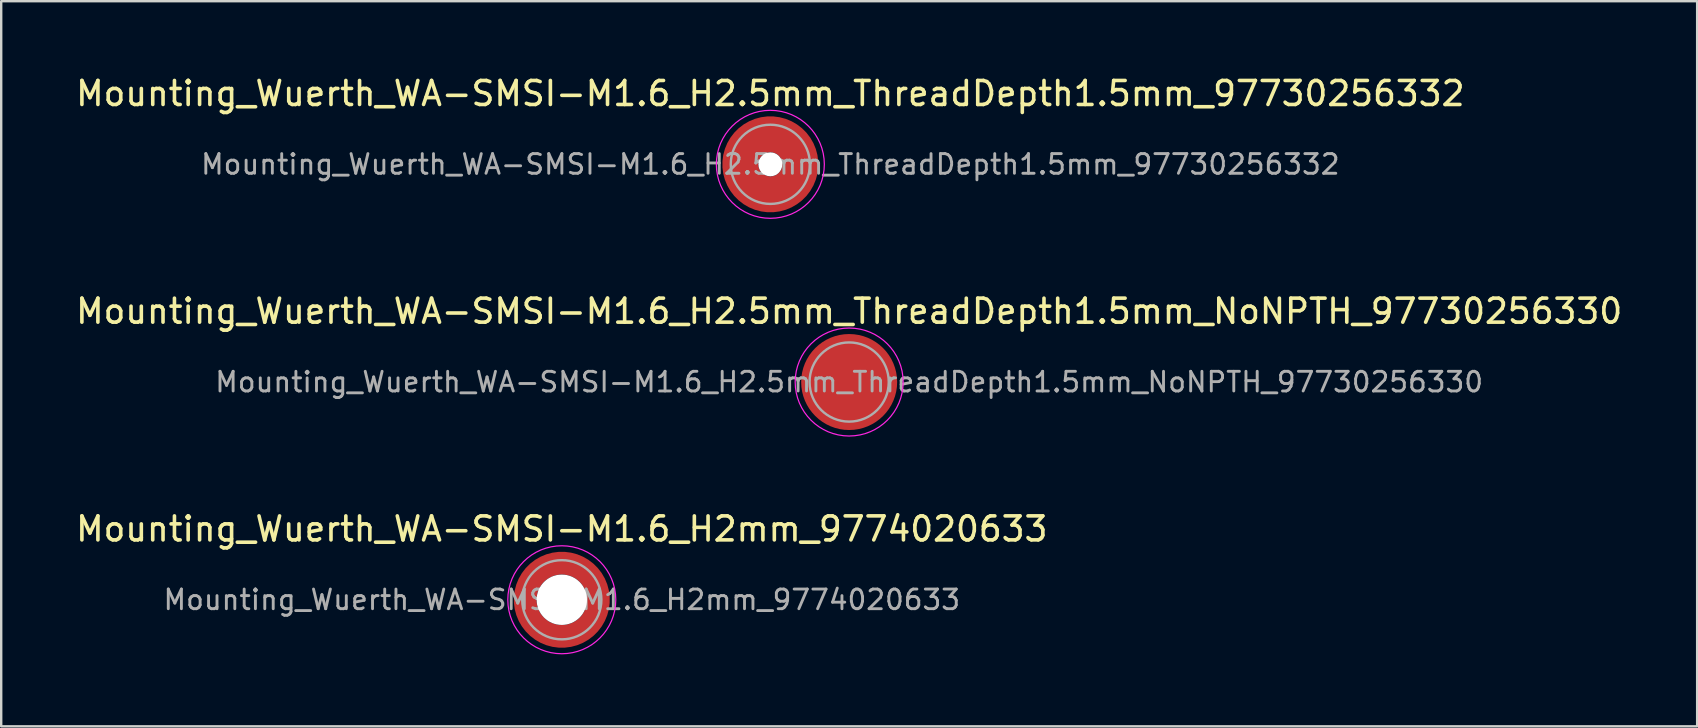
<source format=kicad_pcb>
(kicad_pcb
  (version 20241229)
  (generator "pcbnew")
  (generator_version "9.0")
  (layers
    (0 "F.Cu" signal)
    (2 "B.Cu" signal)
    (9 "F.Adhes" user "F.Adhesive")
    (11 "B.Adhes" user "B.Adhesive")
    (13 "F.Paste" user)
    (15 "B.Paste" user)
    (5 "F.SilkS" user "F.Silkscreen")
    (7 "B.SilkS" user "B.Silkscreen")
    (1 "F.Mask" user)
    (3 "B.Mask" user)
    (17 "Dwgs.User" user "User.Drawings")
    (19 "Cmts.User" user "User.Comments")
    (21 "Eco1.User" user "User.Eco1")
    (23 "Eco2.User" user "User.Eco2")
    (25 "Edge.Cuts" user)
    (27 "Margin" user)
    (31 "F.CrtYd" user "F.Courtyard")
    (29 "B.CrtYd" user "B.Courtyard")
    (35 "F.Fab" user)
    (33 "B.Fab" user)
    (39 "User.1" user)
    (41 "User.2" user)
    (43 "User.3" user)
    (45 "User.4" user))
  (footprint "Mounting_Wuerth_WA-SMSI-M1.6_H2.5mm_ThreadDepth1.5mm_NoNPTH_97730256330"
    (layer "F.Cu")
    (at 32.339 12.871)
    (property "Reference" "Mounting_Wuerth_WA-SMSI-M1.6_H2.5mm_ThreadDepth1.5mm_NoNPTH_97730256330" (at 0 -2.95 0) (layer "F.SilkS") (effects (font (size 1 1) (thickness 0.15))))
    (attr smd)
    (fp_circle (center 0 0) (end 2.25 0) (stroke (width 0.05) (type solid)) (fill no) (layer "F.CrtYd"))
    (fp_circle (center 0 0) (end 1.65 0) (stroke (width 0.1) (type solid)) (fill no) (layer "F.Fab"))
    (fp_text user "${REFERENCE}" (at 0 0 0) (layer "F.Fab") (effects (font (size 0.82 0.82) (thickness 0.12))))
    (pad "" smd custom (at -0.778 -0.778) (size 1.2 1.2) (layers "F.Paste") (options (anchor circle)) (primitives (gr_arc (start 0.465568 0.527817) (mid 0.494887 0.495062) (end 0.527624 0.465723) (width 0.2)) (gr_arc (start 0.344805 0.527817) (mid 0.424264 0.424264) (end 0.527818 0.344805) (width 0.2)) (gr_arc (start 0.232382 0.527817) (mid 0.353364 0.353743) (end 0.527329 0.232606) (width 0.2)) (gr_arc (start 0.123983 0.527817) (mid 0.282626 0.28306) (end 0.527243 0.124203) (width 0.2)) (gr_arc (start 0.017883 0.527817) (mid 0.211737 0.212527) (end 0.526755 0.018233) (width 0.2)) (gr_arc (start -0.086763 0.527817) (mid 0.141173 0.14167) (end 0.527142 -0.086568) (width 0.2)) (gr_arc (start -0.190428 0.527817) (mid 0.070433 0.070988) (end 0.527057 -0.190232) (width 0.2)) (gr_arc (start -0.293397 0.527817) (mid -0.000182 0.000182) (end 0.527315 -0.29328) (width 0.2)) (gr_arc (start -0.395852 0.527817) (mid -0.071085 -0.070336) (end 0.526781 -0.395631) (width 0.2)) (gr_arc (start -0.497918 0.527817) (mid -0.141622 -0.141221) (end 0.52726 -0.497809) (width 0.2)) (gr_arc (start -0.59968 0.527817) (mid -0.212364 -0.2119) (end 0.527171 -0.599563) (width 0.2)) (gr_arc (start -0.701202 0.527817) (mid -0.282952 -0.282733) (end 0.527511 -0.70115) (width 0.2)) (gr_arc (start -0.802531 0.527817) (mid -0.353765 -0.353343) (end 0.527227 -0.802438) (width 0.2)) (gr_arc (start -0.9037 0.527817) (mid -0.425176 -0.423352) (end 0.525265 -0.903319) (width 0.2)) (gr_arc (start -1.004737 0.527817) (mid -0.49534 -0.49461) (end 0.526794 -1.004593) (width 0.2)) (gr_line (start 0.528 0.466) (end 0.528 -1.005) (width 0.2)) (gr_line (start 0.466 0.528) (end -1.005 0.528) (width 0.2))))
    (pad "" smd custom (at -0.778 0.778) (size 1.2 1.2) (layers "F.Paste") (options (anchor circle)) (primitives (gr_arc (start 0.527817 -0.465568) (mid 0.495062 -0.494887) (end 0.465723 -0.527624) (width 0.2)) (gr_arc (start 0.527817 -0.344805) (mid 0.424264 -0.424264) (end 0.344805 -0.527818) (width 0.2)) (gr_arc (start 0.527817 -0.232382) (mid 0.353743 -0.353364) (end 0.232606 -0.527329) (width 0.2)) (gr_arc (start 0.527817 -0.123983) (mid 0.28306 -0.282626) (end 0.124203 -0.527243) (width 0.2)) (gr_arc (start 0.527817 -0.017883) (mid 0.212527 -0.211737) (end 0.018233 -0.526755) (width 0.2)) (gr_arc (start 0.527817 0.086763) (mid 0.14167 -0.141173) (end -0.086568 -0.527142) (width 0.2)) (gr_arc (start 0.527817 0.190428) (mid 0.070988 -0.070433) (end -0.190232 -0.527057) (width 0.2)) (gr_arc (start 0.527817 0.293397) (mid 0.000182 0.000182) (end -0.29328 -0.527315) (width 0.2)) (gr_arc (start 0.527817 0.395852) (mid -0.070336 0.071085) (end -0.395631 -0.526781) (width 0.2)) (gr_arc (start 0.527817 0.497918) (mid -0.141221 0.141622) (end -0.497809 -0.52726) (width 0.2)) (gr_arc (start 0.527817 0.59968) (mid -0.2119 0.212364) (end -0.599563 -0.527171) (width 0.2)) (gr_arc (start 0.527817 0.701202) (mid -0.282733 0.282952) (end -0.70115 -0.527511) (width 0.2)) (gr_arc (start 0.527817 0.802531) (mid -0.353343 0.353765) (end -0.802438 -0.527227) (width 0.2)) (gr_arc (start 0.527817 0.9037) (mid -0.423352 0.425176) (end -0.903319 -0.525265) (width 0.2)) (gr_arc (start 0.527817 1.004737) (mid -0.49461 0.49534) (end -1.004593 -0.526794) (width 0.2)) (gr_line (start 0.466 -0.528) (end -1.005 -0.528) (width 0.2)) (gr_line (start 0.528 -0.466) (end 0.528 1.005) (width 0.2))))
    (pad "" smd custom (at 0.778 -0.778) (size 1.2 1.2) (layers "F.Paste") (options (anchor circle)) (primitives (gr_arc (start -0.527817 0.465568) (mid -0.495062 0.494887) (end -0.465723 0.527624) (width 0.2)) (gr_arc (start -0.527817 0.344805) (mid -0.424264 0.424264) (end -0.344805 0.527818) (width 0.2)) (gr_arc (start -0.527817 0.232382) (mid -0.353743 0.353364) (end -0.232606 0.527329) (width 0.2)) (gr_arc (start -0.527817 0.123983) (mid -0.28306 0.282626) (end -0.124203 0.527243) (width 0.2)) (gr_arc (start -0.527817 0.017883) (mid -0.212527 0.211737) (end -0.018233 0.526755) (width 0.2)) (gr_arc (start -0.527817 -0.086763) (mid -0.14167 0.141173) (end 0.086568 0.527142) (width 0.2)) (gr_arc (start -0.527817 -0.190428) (mid -0.070988 0.070433) (end 0.190232 0.527057) (width 0.2)) (gr_arc (start -0.527817 -0.293397) (mid -0.000182 -0.000182) (end 0.29328 0.527315) (width 0.2)) (gr_arc (start -0.527817 -0.395852) (mid 0.070336 -0.071085) (end 0.395631 0.526781) (width 0.2)) (gr_arc (start -0.527817 -0.497918) (mid 0.141221 -0.141622) (end 0.497809 0.52726) (width 0.2)) (gr_arc (start -0.527817 -0.59968) (mid 0.2119 -0.212364) (end 0.599563 0.527171) (width 0.2)) (gr_arc (start -0.527817 -0.701202) (mid 0.282733 -0.282952) (end 0.70115 0.527511) (width 0.2)) (gr_arc (start -0.527817 -0.802531) (mid 0.353343 -0.353765) (end 0.802438 0.527227) (width 0.2)) (gr_arc (start -0.527817 -0.9037) (mid 0.423352 -0.425176) (end 0.903319 0.525265) (width 0.2)) (gr_arc (start -0.527817 -1.004737) (mid 0.49461 -0.49534) (end 1.004593 0.526794) (width 0.2)) (gr_line (start -0.466 0.528) (end 1.005 0.528) (width 0.2)) (gr_line (start -0.528 0.466) (end -0.528 -1.005) (width 0.2))))
    (pad "" smd custom (at 0.778 0.778) (size 1.2 1.2) (layers "F.Paste") (options (anchor circle)) (primitives (gr_arc (start -0.465568 -0.527817) (mid -0.494887 -0.495062) (end -0.527624 -0.465723) (width 0.2)) (gr_arc (start -0.344805 -0.527817) (mid -0.424264 -0.424264) (end -0.527818 -0.344805) (width 0.2)) (gr_arc (start -0.232382 -0.527817) (mid -0.353364 -0.353743) (end -0.527329 -0.232606) (width 0.2)) (gr_arc (start -0.123983 -0.527817) (mid -0.282626 -0.28306) (end -0.527243 -0.124203) (width 0.2)) (gr_arc (start -0.017883 -0.527817) (mid -0.211737 -0.212527) (end -0.526755 -0.018233) (width 0.2)) (gr_arc (start 0.086763 -0.527817) (mid -0.141173 -0.14167) (end -0.527142 0.086568) (width 0.2)) (gr_arc (start 0.190428 -0.527817) (mid -0.070433 -0.070988) (end -0.527057 0.190232) (width 0.2)) (gr_arc (start 0.293397 -0.527817) (mid 0.000182 -0.000182) (end -0.527315 0.29328) (width 0.2)) (gr_arc (start 0.395852 -0.527817) (mid 0.071085 0.070336) (end -0.526781 0.395631) (width 0.2)) (gr_arc (start 0.497918 -0.527817) (mid 0.141622 0.141221) (end -0.52726 0.497809) (width 0.2)) (gr_arc (start 0.59968 -0.527817) (mid 0.212364 0.2119) (end -0.527171 0.599563) (width 0.2)) (gr_arc (start 0.701202 -0.527817) (mid 0.282952 0.282733) (end -0.527511 0.70115) (width 0.2)) (gr_arc (start 0.802531 -0.527817) (mid 0.353765 0.353343) (end -0.527227 0.802438) (width 0.2)) (gr_arc (start 0.9037 -0.527817) (mid 0.425176 0.423352) (end -0.525265 0.903319) (width 0.2)) (gr_arc (start 1.004737 -0.527817) (mid 0.49534 0.49461) (end -0.526794 1.004593) (width 0.2)) (gr_line (start -0.528 -0.466) (end -0.528 1.005) (width 0.2)) (gr_line (start -0.466 -0.528) (end 1.005 -0.528) (width 0.2))))
    (pad "1" smd circle (at 0 0) (size 4 4) (layers "F.Cu" "F.Mask")))
  (footprint "Mounting_Wuerth_WA-SMSI-M1.6_H2mm_9774020633"
    (layer "F.Cu")
    (at 20.363 21.945)
    (property "Reference" "Mounting_Wuerth_WA-SMSI-M1.6_H2mm_9774020633" (at 0 -2.95 0) (layer "F.SilkS") (effects (font (size 1 1) (thickness 0.15))))
    (attr smd)
    (fp_circle (center 0 0) (end 2.25 0) (stroke (width 0.05) (type solid)) (fill no) (layer "F.CrtYd"))
    (fp_circle (center 0 0) (end 1.65 0) (stroke (width 0.1) (type solid)) (fill no) (layer "F.Fab"))
    (fp_text user "${REFERENCE}" (at 0 0 0) (layer "F.Fab") (effects (font (size 0.82 0.82) (thickness 0.12))))
    (pad "" smd custom (at -1.061 -1.061) (size 0.4 0.4) (layers "F.Paste") (options (anchor circle)) (primitives (gr_arc (start -0.101235 0.76066) (mid 0.211799 0.212465) (end 0.759748 -0.100999) (width 0.2)) (gr_arc (start -0.204251 0.76066) (mid 0.141299 0.141544) (end 0.760323 -0.204171) (width 0.2)) (gr_arc (start -0.306819 0.76066) (mid 0.070255 0.071167) (end 0.759401 -0.306542) (width 0.2)) (gr_arc (start -0.409034 0.76066) (mid -0.000242 0.000241) (end 0.759991 -0.408897) (width 0.2)) (gr_arc (start -0.510963 0.76066) (mid -0.071561 -0.06986) (end 0.758297 -0.51051) (width 0.2)) (gr_arc (start -0.61266 0.76066) (mid -0.142171 -0.140671) (end 0.758572 -0.612284) (width 0.2)) (gr_arc (start -0.714164 0.76066) (mid -0.212264 -0.212) (end 0.760292 -0.714102) (width 0.2)) (gr_line (start 0.761 -0.101) (end 0.761 -0.714) (width 0.2)) (gr_line (start -0.101 0.761) (end -0.714 0.761) (width 0.2))))
    (pad "" smd custom (at -1.061 1.061) (size 0.4 0.4) (layers "F.Paste") (options (anchor circle)) (primitives (gr_arc (start 0.76066 0.101235) (mid 0.212465 -0.211799) (end -0.100999 -0.759748) (width 0.2)) (gr_arc (start 0.76066 0.204251) (mid 0.141544 -0.141299) (end -0.204171 -0.760323) (width 0.2)) (gr_arc (start 0.76066 0.306819) (mid 0.071167 -0.070255) (end -0.306542 -0.759401) (width 0.2)) (gr_arc (start 0.76066 0.409034) (mid 0.000241 0.000242) (end -0.408897 -0.759991) (width 0.2)) (gr_arc (start 0.76066 0.510963) (mid -0.06986 0.071561) (end -0.51051 -0.758297) (width 0.2)) (gr_arc (start 0.76066 0.61266) (mid -0.140671 0.142171) (end -0.612284 -0.758572) (width 0.2)) (gr_arc (start 0.76066 0.714164) (mid -0.212 0.212264) (end -0.714102 -0.760292) (width 0.2)) (gr_line (start -0.101 -0.761) (end -0.714 -0.761) (width 0.2)) (gr_line (start 0.761 0.101) (end 0.761 0.714) (width 0.2))))
    (pad "" np_thru_hole circle (at 0 0) (size 2.1 2.1) (drill 2.1) (layers "*.Cu" "*.Mask"))
    (pad "" smd custom (at 1.061 -1.061) (size 0.4 0.4) (layers "F.Paste") (options (anchor circle)) (primitives (gr_arc (start -0.76066 -0.101235) (mid -0.212465 0.211799) (end 0.100999 0.759748) (width 0.2)) (gr_arc (start -0.76066 -0.204251) (mid -0.141544 0.141299) (end 0.204171 0.760323) (width 0.2)) (gr_arc (start -0.76066 -0.306819) (mid -0.071167 0.070255) (end 0.306542 0.759401) (width 0.2)) (gr_arc (start -0.76066 -0.409034) (mid -0.000241 -0.000242) (end 0.408897 0.759991) (width 0.2)) (gr_arc (start -0.76066 -0.510963) (mid 0.06986 -0.071561) (end 0.51051 0.758297) (width 0.2)) (gr_arc (start -0.76066 -0.61266) (mid 0.140671 -0.142171) (end 0.612284 0.758572) (width 0.2)) (gr_arc (start -0.76066 -0.714164) (mid 0.212 -0.212264) (end 0.714102 0.760292) (width 0.2)) (gr_line (start 0.101 0.761) (end 0.714 0.761) (width 0.2)) (gr_line (start -0.761 -0.101) (end -0.761 -0.714) (width 0.2))))
    (pad "" smd custom (at 1.061 1.061) (size 0.4 0.4) (layers "F.Paste") (options (anchor circle)) (primitives (gr_arc (start 0.101235 -0.76066) (mid -0.211799 -0.212465) (end -0.759748 0.100999) (width 0.2)) (gr_arc (start 0.204251 -0.76066) (mid -0.141299 -0.141544) (end -0.760323 0.204171) (width 0.2)) (gr_arc (start 0.306819 -0.76066) (mid -0.070255 -0.071167) (end -0.759401 0.306542) (width 0.2)) (gr_arc (start 0.409034 -0.76066) (mid 0.000242 -0.000241) (end -0.759991 0.408897) (width 0.2)) (gr_arc (start 0.510963 -0.76066) (mid 0.071561 0.06986) (end -0.758297 0.51051) (width 0.2)) (gr_arc (start 0.61266 -0.76066) (mid 0.142171 0.140671) (end -0.758572 0.612284) (width 0.2)) (gr_arc (start 0.714164 -0.76066) (mid 0.212264 0.212) (end -0.760292 0.714102) (width 0.2)) (gr_line (start -0.761 0.101) (end -0.761 0.714) (width 0.2)) (gr_line (start 0.101 -0.761) (end 0.714 -0.761) (width 0.2))))
    (pad "1" smd circle (at -1.525 0) (size 0.55 0.55) (layers "F.Cu"))
    (pad "1" smd circle (at 0 -1.525) (size 0.55 0.55) (layers "F.Cu"))
    (pad "1" smd circle (at 0 1.525) (size 0.55 0.55) (layers "F.Cu"))
    (pad "1" smd custom (at 1.525 0) (size 0.55 0.55) (layers "F.Cu" "F.Mask") (options (anchor circle)) (primitives (gr_circle (center -1.525 0) (end 0 0) (width 0.95) (fill no)))))
  (footprint "Mounting_Wuerth_WA-SMSI-M1.6_H2.5mm_ThreadDepth1.5mm_97730256332"
    (layer "F.Cu")
    (at 29.054 3.798)
    (property "Reference" "Mounting_Wuerth_WA-SMSI-M1.6_H2.5mm_ThreadDepth1.5mm_97730256332" (at 0 -2.95 0) (layer "F.SilkS") (effects (font (size 1 1) (thickness 0.15))))
    (attr smd)
    (fp_circle (center 0 0) (end 2.25 0) (stroke (width 0.05) (type solid)) (fill no) (layer "F.CrtYd"))
    (fp_circle (center 0 0) (end 1.65 0) (stroke (width 0.1) (type solid)) (fill no) (layer "F.Fab"))
    (fp_text user "${REFERENCE}" (at 0 0 0) (layer "F.Fab") (effects (font (size 0.82 0.82) (thickness 0.12))))
    (pad "" smd custom (at 0 -1.25) (size 0.9 0.9) (layers "F.Paste") (options (anchor circle)) (primitives (gr_arc (start -0.259808 0.6) (mid -0.00045 0.55) (end 0.258972 0.599667) (width 0.2)) (gr_arc (start -0.466369 0.6) (mid -0.000127 0.45) (end 0.466163 0.599852) (width 0.2)) (gr_arc (start -0.622495 0.6) (mid -0.000185 0.35) (end 0.622228 0.599745) (width 0.2)) (gr_arc (start -0.759934 0.6) (mid -0.000146 0.25) (end 0.759744 0.599777) (width 0.2)) (gr_arc (start -0.887412 0.6) (mid -0.000546 0.15) (end 0.886766 0.599119) (width 0.2)) (gr_arc (start -1.008712 0.6) (mid -0.000059 0.05) (end 1.008648 0.5999) (width 0.2)) (gr_arc (start -1.125833 0.6) (mid -0.001134 -0.049999) (end 1.124697 0.598036) (width 0.2)) (gr_arc (start -1.23996 0.6) (mid -0.00088 -0.15) (end 1.239142 0.598442) (width 0.2)) (gr_arc (start -1.351851 0.6) (mid -0.000542 -0.25) (end 1.351381 0.599023) (width 0.2)) (gr_arc (start -1.462019 0.6) (mid -0.000852 -0.35) (end 1.461326 0.598443) (width 0.2)) (gr_arc (start -1.570828 0.6) (mid -0.000608 -0.45) (end 1.570363 0.598876) (width 0.2)) (gr_arc (start -1.678541 0.6) (mid -0.000991 -0.55) (end 1.677824 0.598152) (width 0.2)) (gr_line (start 0.26 0.6) (end 1.679 0.6) (width 0.2)) (gr_line (start -0.26 0.6) (end -1.679 0.6) (width 0.2))))
    (pad "" np_thru_hole circle (at 0 0) (size 1 1) (drill 1) (layers "*.Cu" "*.Mask"))
    (pad "" smd custom (at 0 1.25) (size 0.9 0.9) (layers "F.Paste") (options (anchor circle)) (primitives (gr_arc (start 0.259808 -0.6) (mid 0.00045 -0.55) (end -0.258972 -0.599667) (width 0.2)) (gr_arc (start 0.466369 -0.6) (mid 0.000127 -0.45) (end -0.466163 -0.599852) (width 0.2)) (gr_arc (start 0.622495 -0.6) (mid 0.000185 -0.35) (end -0.622228 -0.599745) (width 0.2)) (gr_arc (start 0.759934 -0.6) (mid 0.000146 -0.25) (end -0.759744 -0.599777) (width 0.2)) (gr_arc (start 0.887412 -0.6) (mid 0.000546 -0.15) (end -0.886766 -0.599119) (width 0.2)) (gr_arc (start 1.008712 -0.6) (mid 0.000059 -0.05) (end -1.008648 -0.5999) (width 0.2)) (gr_arc (start 1.125833 -0.6) (mid 0.001134 0.049999) (end -1.124697 -0.598036) (width 0.2)) (gr_arc (start 1.23996 -0.6) (mid 0.00088 0.15) (end -1.239142 -0.598442) (width 0.2)) (gr_arc (start 1.351851 -0.6) (mid 0.000542 0.25) (end -1.351381 -0.599023) (width 0.2)) (gr_arc (start 1.462019 -0.6) (mid 0.000852 0.35) (end -1.461326 -0.598443) (width 0.2)) (gr_arc (start 1.570828 -0.6) (mid 0.000608 0.45) (end -1.570363 -0.598876) (width 0.2)) (gr_arc (start 1.678541 -0.6) (mid 0.000991 0.55) (end -1.677824 -0.598152) (width 0.2)) (gr_line (start -0.26 -0.6) (end -1.679 -0.6) (width 0.2)) (gr_line (start 0.26 -0.6) (end 1.679 -0.6) (width 0.2))))
    (pad "1" smd circle (at -1.25 0) (size 1.1 1.1) (layers "F.Cu"))
    (pad "1" smd circle (at 0 -1.25) (size 1.1 1.1) (layers "F.Cu"))
    (pad "1" smd circle (at 0 1.25) (size 1.1 1.1) (layers "F.Cu"))
    (pad "1" smd custom (at 1.25 0) (size 1.1 1.1) (layers "F.Cu" "F.Mask") (options (anchor circle)) (primitives (gr_circle (center -1.25 0) (end 0 0) (width 1.5) (fill no)))))
  (gr_rect
    (start -3 -3)
    (end 67.679 27.22)
    (stroke (width 0.1) (type default))
    (fill no)
    (layer "Edge.Cuts")))
</source>
